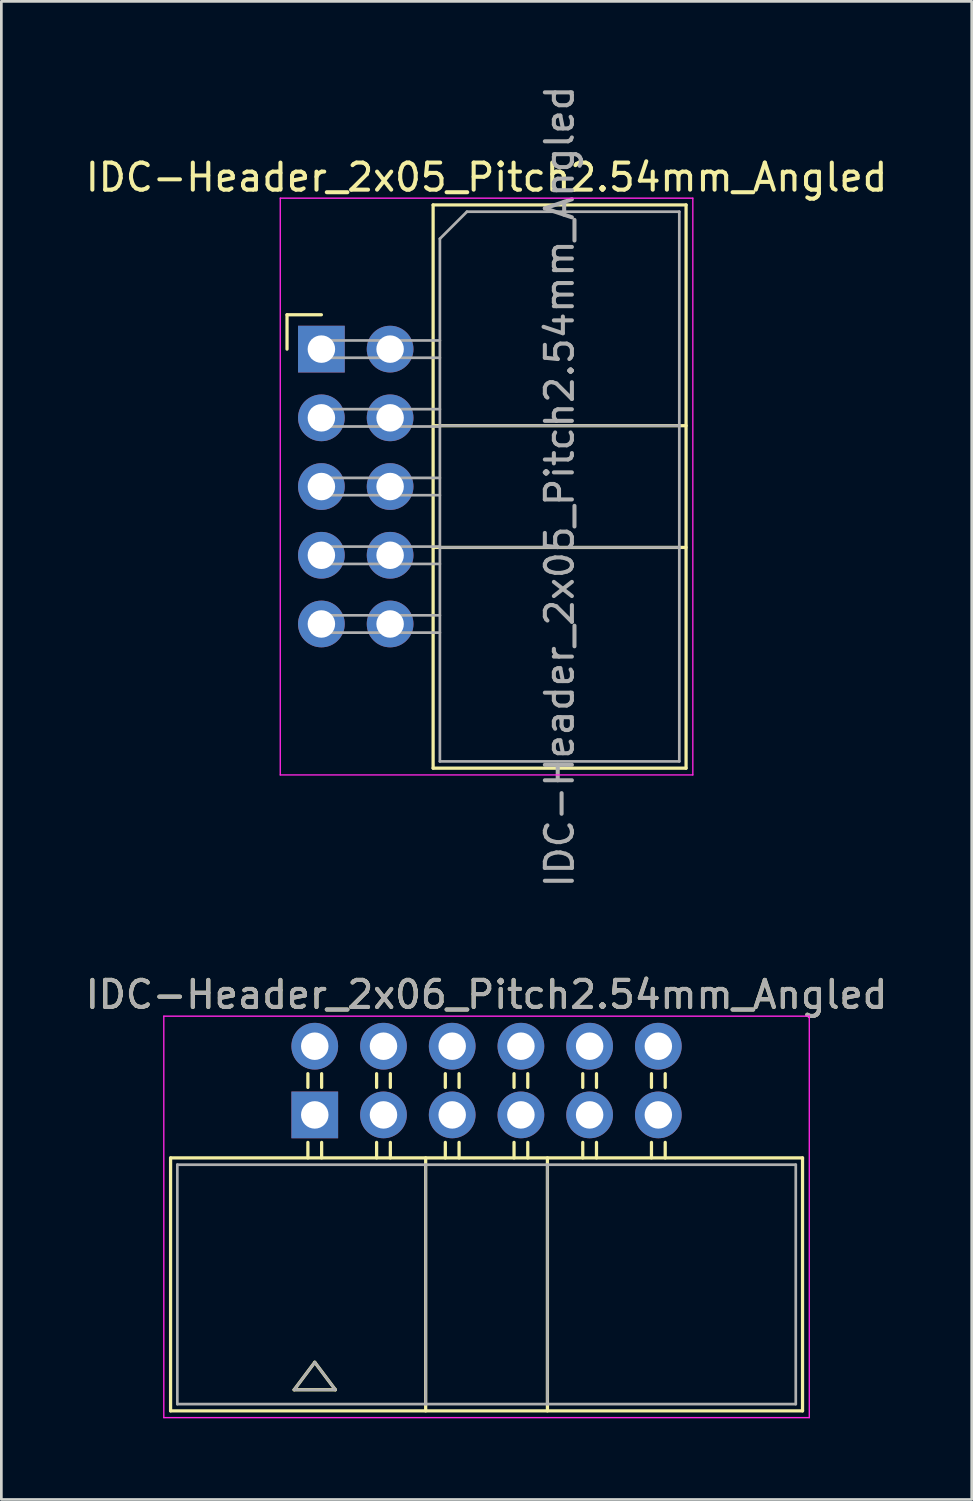
<source format=kicad_pcb>
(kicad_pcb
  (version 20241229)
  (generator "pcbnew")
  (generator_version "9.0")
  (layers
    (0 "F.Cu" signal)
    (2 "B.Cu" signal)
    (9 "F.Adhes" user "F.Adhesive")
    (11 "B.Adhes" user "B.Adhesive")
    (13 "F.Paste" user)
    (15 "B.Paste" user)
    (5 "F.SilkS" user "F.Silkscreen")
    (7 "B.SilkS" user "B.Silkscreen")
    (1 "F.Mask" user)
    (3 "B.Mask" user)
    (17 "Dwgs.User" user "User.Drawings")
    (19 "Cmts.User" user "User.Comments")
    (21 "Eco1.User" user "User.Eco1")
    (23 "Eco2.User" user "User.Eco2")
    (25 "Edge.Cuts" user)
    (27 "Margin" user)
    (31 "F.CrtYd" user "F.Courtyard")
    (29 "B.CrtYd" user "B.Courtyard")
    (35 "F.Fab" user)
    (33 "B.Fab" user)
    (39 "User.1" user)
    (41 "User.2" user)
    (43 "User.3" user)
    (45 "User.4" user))
  (footprint "IDC-Header_2x05_Pitch2.54mm_Angled"
    (layer "F.Cu")
    (at 8.83 9.855)
    (property "Reference" "IDC-Header_2x05_Pitch2.54mm_Angled" (at 6.105 -6.35 0) (layer "F.SilkS") (effects (font (size 1 1) (thickness 0.15))))
    (attr through_hole)
    (fp_line (start -1.27 -1.27) (end -1.27 0) (stroke (width 0.12) (type solid)) (layer "F.SilkS"))
    (fp_line (start 0 -1.27) (end -1.27 -1.27) (stroke (width 0.12) (type solid)) (layer "F.SilkS"))
    (fp_line (start 4.13 -5.33) (end 13.48 -5.33) (stroke (width 0.12) (type solid)) (layer "F.SilkS"))
    (fp_line (start 4.13 2.83) (end 13.48 2.83) (stroke (width 0.12) (type solid)) (layer "F.SilkS"))
    (fp_line (start 4.13 7.33) (end 13.48 7.33) (stroke (width 0.12) (type solid)) (layer "F.SilkS"))
    (fp_line (start 4.13 15.49) (end 4.13 -5.33) (stroke (width 0.12) (type solid)) (layer "F.SilkS"))
    (fp_line (start 4.13 15.49) (end 13.48 15.49) (stroke (width 0.12) (type solid)) (layer "F.SilkS"))
    (fp_line (start 13.48 -5.33) (end 13.48 15.49) (stroke (width 0.12) (type solid)) (layer "F.SilkS"))
    (fp_line (start -1.52 -5.58) (end 13.73 -5.58) (stroke (width 0.05) (type solid)) (layer "F.CrtYd"))
    (fp_line (start -1.52 15.74) (end -1.52 -5.58) (stroke (width 0.05) (type solid)) (layer "F.CrtYd"))
    (fp_line (start 13.73 -5.58) (end 13.73 15.74) (stroke (width 0.05) (type solid)) (layer "F.CrtYd"))
    (fp_line (start 13.73 15.74) (end -1.52 15.74) (stroke (width 0.05) (type solid)) (layer "F.CrtYd"))
    (fp_line (start -0.32 -0.32) (end -0.32 0.32) (stroke (width 0.1) (type solid)) (layer "F.Fab"))
    (fp_line (start -0.32 0.32) (end 4.38 0.32) (stroke (width 0.1) (type solid)) (layer "F.Fab"))
    (fp_line (start -0.32 2.22) (end -0.32 2.86) (stroke (width 0.1) (type solid)) (layer "F.Fab"))
    (fp_line (start -0.32 2.86) (end 4.38 2.86) (stroke (width 0.1) (type solid)) (layer "F.Fab"))
    (fp_line (start -0.32 4.76) (end -0.32 5.4) (stroke (width 0.1) (type solid)) (layer "F.Fab"))
    (fp_line (start -0.32 5.4) (end 4.38 5.4) (stroke (width 0.1) (type solid)) (layer "F.Fab"))
    (fp_line (start -0.32 7.3) (end -0.32 7.94) (stroke (width 0.1) (type solid)) (layer "F.Fab"))
    (fp_line (start -0.32 7.94) (end 4.38 7.94) (stroke (width 0.1) (type solid)) (layer "F.Fab"))
    (fp_line (start -0.32 9.84) (end -0.32 10.48) (stroke (width 0.1) (type solid)) (layer "F.Fab"))
    (fp_line (start -0.32 10.48) (end 4.38 10.48) (stroke (width 0.1) (type solid)) (layer "F.Fab"))
    (fp_line (start 4.38 -4.08) (end 5.38 -5.08) (stroke (width 0.1) (type solid)) (layer "F.Fab"))
    (fp_line (start 4.38 -0.32) (end -0.32 -0.32) (stroke (width 0.1) (type solid)) (layer "F.Fab"))
    (fp_line (start 4.38 2.22) (end -0.32 2.22) (stroke (width 0.1) (type solid)) (layer "F.Fab"))
    (fp_line (start 4.38 2.83) (end 13.23 2.83) (stroke (width 0.1) (type solid)) (layer "F.Fab"))
    (fp_line (start 4.38 4.76) (end -0.32 4.76) (stroke (width 0.1) (type solid)) (layer "F.Fab"))
    (fp_line (start 4.38 7.3) (end -0.32 7.3) (stroke (width 0.1) (type solid)) (layer "F.Fab"))
    (fp_line (start 4.38 7.33) (end 13.23 7.33) (stroke (width 0.1) (type solid)) (layer "F.Fab"))
    (fp_line (start 4.38 9.84) (end -0.32 9.84) (stroke (width 0.1) (type solid)) (layer "F.Fab"))
    (fp_line (start 4.38 15.24) (end 4.38 -4.08) (stroke (width 0.1) (type solid)) (layer "F.Fab"))
    (fp_line (start 4.38 15.24) (end 13.23 15.24) (stroke (width 0.1) (type solid)) (layer "F.Fab"))
    (fp_line (start 5.38 -5.08) (end 13.23 -5.08) (stroke (width 0.1) (type solid)) (layer "F.Fab"))
    (fp_line (start 13.23 15.24) (end 13.23 -5.08) (stroke (width 0.1) (type solid)) (layer "F.Fab"))
    (fp_text user "${REFERENCE}" (at 8.805 5.08 90) (layer "F.Fab") (effects (font (size 1 1) (thickness 0.15))))
    (pad "1" thru_hole rect (at 0 0) (size 1.727 1.727) (drill 1.016) (layers "*.Cu" "*.Mask"))
    (pad "2" thru_hole oval (at 2.54 0) (size 1.727 1.727) (drill 1.016) (layers "*.Cu" "*.Mask"))
    (pad "3" thru_hole oval (at 0 2.54) (size 1.727 1.727) (drill 1.016) (layers "*.Cu" "*.Mask"))
    (pad "4" thru_hole oval (at 2.54 2.54) (size 1.727 1.727) (drill 1.016) (layers "*.Cu" "*.Mask"))
    (pad "5" thru_hole oval (at 0 5.08) (size 1.727 1.727) (drill 1.016) (layers "*.Cu" "*.Mask"))
    (pad "6" thru_hole oval (at 2.54 5.08) (size 1.727 1.727) (drill 1.016) (layers "*.Cu" "*.Mask"))
    (pad "7" thru_hole oval (at 0 7.62) (size 1.727 1.727) (drill 1.016) (layers "*.Cu" "*.Mask"))
    (pad "8" thru_hole oval (at 2.54 7.62) (size 1.727 1.727) (drill 1.016) (layers "*.Cu" "*.Mask"))
    (pad "9" thru_hole oval (at 0 10.16) (size 1.727 1.727) (drill 1.016) (layers "*.Cu" "*.Mask"))
    (pad "10" thru_hole oval (at 2.54 10.16) (size 1.727 1.727) (drill 1.016) (layers "*.Cu" "*.Mask")))
  (footprint "IDC-Header_2x06_Pitch2.54mm_Angled"
    (layer "F.Cu")
    (at 8.585 38.162)
    (property "Reference" "IDC-Header_2x06_Pitch2.54mm_Angled" (at 6.35 -4.445 0) (layer "F.SilkS") (effects (font (size 1 1) (thickness 0.15))))
    (attr through_hole)
    (fp_line (start -5.33 1.59) (end -5.33 10.94) (stroke (width 0.12) (type solid)) (layer "F.SilkS"))
    (fp_line (start -5.33 1.59) (end 18.03 1.59) (stroke (width 0.12) (type solid)) (layer "F.SilkS"))
    (fp_line (start -0.762 10.16) (end 0 9.144) (stroke (width 0.12) (type solid)) (layer "F.SilkS"))
    (fp_line (start -0.254 -1.524) (end -0.254 -1.016) (stroke (width 0.12) (type solid)) (layer "F.SilkS"))
    (fp_line (start -0.254 1.016) (end -0.254 1.59) (stroke (width 0.12) (type solid)) (layer "F.SilkS"))
    (fp_line (start 0 9.144) (end 0.762 10.16) (stroke (width 0.12) (type solid)) (layer "F.SilkS"))
    (fp_line (start 0.254 -1.524) (end 0.254 -1.016) (stroke (width 0.12) (type solid)) (layer "F.SilkS"))
    (fp_line (start 0.254 1.016) (end 0.254 1.59) (stroke (width 0.12) (type solid)) (layer "F.SilkS"))
    (fp_line (start 0.762 10.16) (end -0.762 10.16) (stroke (width 0.12) (type solid)) (layer "F.SilkS"))
    (fp_line (start 2.286 -1.524) (end 2.286 -1.016) (stroke (width 0.12) (type solid)) (layer "F.SilkS"))
    (fp_line (start 2.286 1.016) (end 2.286 1.59) (stroke (width 0.12) (type solid)) (layer "F.SilkS"))
    (fp_line (start 2.794 -1.524) (end 2.794 -1.016) (stroke (width 0.12) (type solid)) (layer "F.SilkS"))
    (fp_line (start 2.794 1.016) (end 2.794 1.59) (stroke (width 0.12) (type solid)) (layer "F.SilkS"))
    (fp_line (start 4.1 1.59) (end 4.1 10.94) (stroke (width 0.12) (type solid)) (layer "F.SilkS"))
    (fp_line (start 4.826 -1.524) (end 4.826 -1.016) (stroke (width 0.12) (type solid)) (layer "F.SilkS"))
    (fp_line (start 4.826 1.016) (end 4.826 1.59) (stroke (width 0.12) (type solid)) (layer "F.SilkS"))
    (fp_line (start 5.334 -1.524) (end 5.334 -1.016) (stroke (width 0.12) (type solid)) (layer "F.SilkS"))
    (fp_line (start 5.334 1.016) (end 5.334 1.59) (stroke (width 0.12) (type solid)) (layer "F.SilkS"))
    (fp_line (start 7.366 -1.524) (end 7.366 -1.016) (stroke (width 0.12) (type solid)) (layer "F.SilkS"))
    (fp_line (start 7.366 1.016) (end 7.366 1.59) (stroke (width 0.12) (type solid)) (layer "F.SilkS"))
    (fp_line (start 7.874 -1.524) (end 7.874 -1.016) (stroke (width 0.12) (type solid)) (layer "F.SilkS"))
    (fp_line (start 7.874 1.016) (end 7.874 1.59) (stroke (width 0.12) (type solid)) (layer "F.SilkS"))
    (fp_line (start 8.6 1.59) (end 8.6 10.94) (stroke (width 0.12) (type solid)) (layer "F.SilkS"))
    (fp_line (start 9.906 -1.524) (end 9.906 -1.016) (stroke (width 0.12) (type solid)) (layer "F.SilkS"))
    (fp_line (start 9.906 1.016) (end 9.906 1.59) (stroke (width 0.12) (type solid)) (layer "F.SilkS"))
    (fp_line (start 10.414 -1.524) (end 10.414 -1.016) (stroke (width 0.12) (type solid)) (layer "F.SilkS"))
    (fp_line (start 10.414 1.016) (end 10.414 1.59) (stroke (width 0.12) (type solid)) (layer "F.SilkS"))
    (fp_line (start 12.446 -1.524) (end 12.446 -1.016) (stroke (width 0.12) (type solid)) (layer "F.SilkS"))
    (fp_line (start 12.446 1.016) (end 12.446 1.59) (stroke (width 0.12) (type solid)) (layer "F.SilkS"))
    (fp_line (start 12.954 -1.524) (end 12.954 -1.016) (stroke (width 0.12) (type solid)) (layer "F.SilkS"))
    (fp_line (start 12.954 1.016) (end 12.954 1.59) (stroke (width 0.12) (type solid)) (layer "F.SilkS"))
    (fp_line (start 18.03 1.59) (end 18.03 10.94) (stroke (width 0.12) (type solid)) (layer "F.SilkS"))
    (fp_line (start 18.03 10.94) (end -5.33 10.94) (stroke (width 0.12) (type solid)) (layer "F.SilkS"))
    (fp_line (start -5.58 -3.65) (end 18.28 -3.65) (stroke (width 0.05) (type solid)) (layer "F.CrtYd"))
    (fp_line (start -5.58 11.19) (end -5.58 -3.65) (stroke (width 0.05) (type solid)) (layer "F.CrtYd"))
    (fp_line (start 18.28 -3.65) (end 18.28 11.19) (stroke (width 0.05) (type solid)) (layer "F.CrtYd"))
    (fp_line (start 18.28 11.19) (end -5.58 11.19) (stroke (width 0.05) (type solid)) (layer "F.CrtYd"))
    (fp_line (start -5.08 1.84) (end -5.08 10.69) (stroke (width 0.1) (type solid)) (layer "F.Fab"))
    (fp_line (start -5.08 1.84) (end 17.78 1.84) (stroke (width 0.1) (type solid)) (layer "F.Fab"))
    (fp_line (start -5.08 10.69) (end 17.78 10.69) (stroke (width 0.1) (type solid)) (layer "F.Fab"))
    (fp_line (start -0.762 10.16) (end 0.762 10.16) (stroke (width 0.1) (type solid)) (layer "F.Fab"))
    (fp_line (start 0 9.144) (end -0.762 10.16) (stroke (width 0.1) (type solid)) (layer "F.Fab"))
    (fp_line (start 0.762 10.16) (end 0 9.144) (stroke (width 0.1) (type solid)) (layer "F.Fab"))
    (fp_line (start 4.1 1.84) (end 4.1 10.69) (stroke (width 0.1) (type solid)) (layer "F.Fab"))
    (fp_line (start 8.6 1.84) (end 8.6 10.69) (stroke (width 0.1) (type solid)) (layer "F.Fab"))
    (fp_line (start 17.78 1.84) (end 17.78 10.69) (stroke (width 0.1) (type solid)) (layer "F.Fab"))
    (fp_text user "${REFERENCE}" (at 6.35 -4.445 0) (layer "F.Fab") (effects (font (size 1 1) (thickness 0.15))))
    (pad "1" thru_hole rect (at 0 0) (size 1.727 1.727) (drill 1.016) (layers "*.Cu" "*.Mask"))
    (pad "2" thru_hole oval (at 0 -2.54) (size 1.727 1.727) (drill 1.016) (layers "*.Cu" "*.Mask"))
    (pad "3" thru_hole oval (at 2.54 0) (size 1.727 1.727) (drill 1.016) (layers "*.Cu" "*.Mask"))
    (pad "4" thru_hole oval (at 2.54 -2.54) (size 1.727 1.727) (drill 1.016) (layers "*.Cu" "*.Mask"))
    (pad "5" thru_hole oval (at 5.08 0) (size 1.727 1.727) (drill 1.016) (layers "*.Cu" "*.Mask"))
    (pad "6" thru_hole oval (at 5.08 -2.54) (size 1.727 1.727) (drill 1.016) (layers "*.Cu" "*.Mask"))
    (pad "7" thru_hole oval (at 7.62 0) (size 1.727 1.727) (drill 1.016) (layers "*.Cu" "*.Mask"))
    (pad "8" thru_hole oval (at 7.62 -2.54) (size 1.727 1.727) (drill 1.016) (layers "*.Cu" "*.Mask"))
    (pad "9" thru_hole oval (at 10.16 0) (size 1.727 1.727) (drill 1.016) (layers "*.Cu" "*.Mask"))
    (pad "10" thru_hole oval (at 10.16 -2.54) (size 1.727 1.727) (drill 1.016) (layers "*.Cu" "*.Mask"))
    (pad "11" thru_hole oval (at 12.7 0) (size 1.727 1.727) (drill 1.016) (layers "*.Cu" "*.Mask"))
    (pad "12" thru_hole oval (at 12.7 -2.54) (size 1.727 1.727) (drill 1.016) (layers "*.Cu" "*.Mask")))
  (gr_rect
    (start -3 -3)
    (end 32.869 52.377)
    (stroke (width 0.1) (type default))
    (fill no)
    (layer "Edge.Cuts")))
</source>
